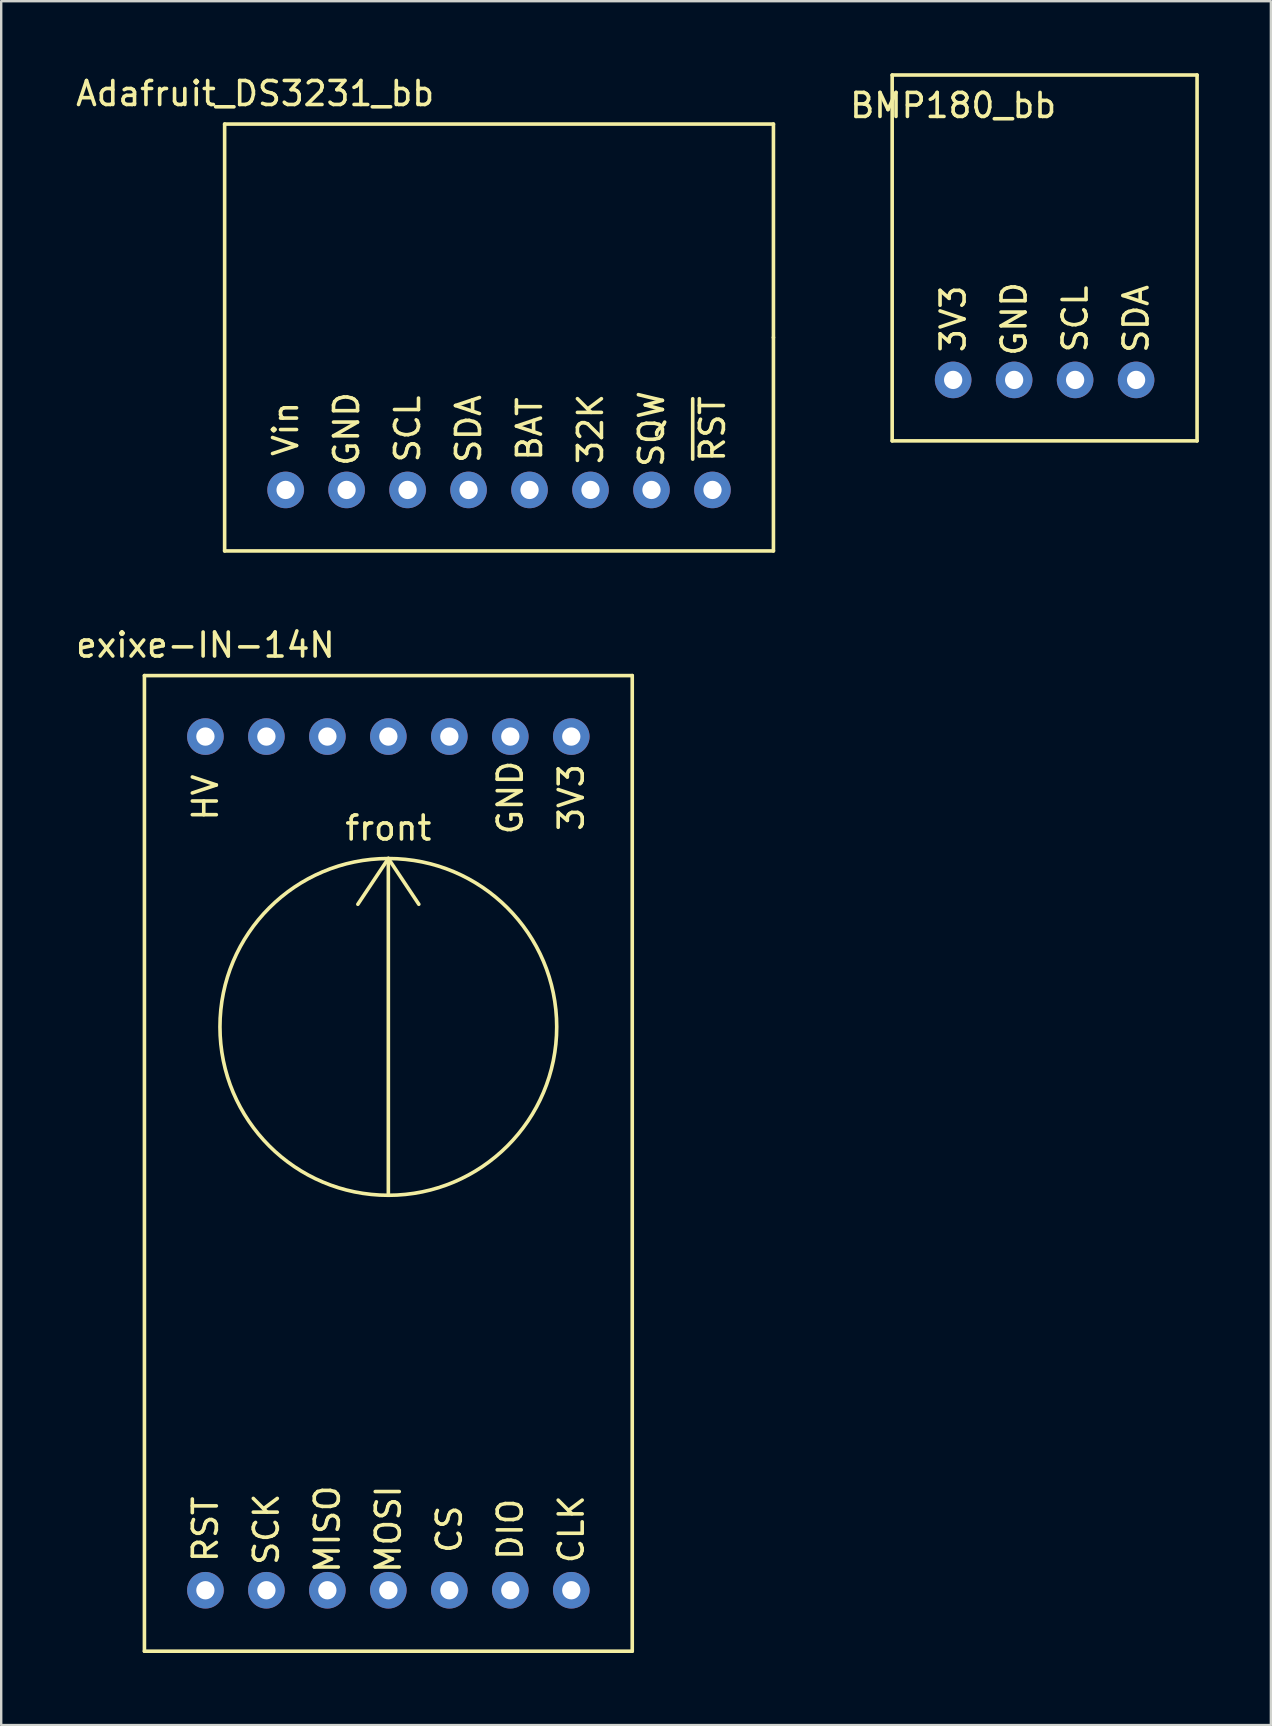
<source format=kicad_pcb>
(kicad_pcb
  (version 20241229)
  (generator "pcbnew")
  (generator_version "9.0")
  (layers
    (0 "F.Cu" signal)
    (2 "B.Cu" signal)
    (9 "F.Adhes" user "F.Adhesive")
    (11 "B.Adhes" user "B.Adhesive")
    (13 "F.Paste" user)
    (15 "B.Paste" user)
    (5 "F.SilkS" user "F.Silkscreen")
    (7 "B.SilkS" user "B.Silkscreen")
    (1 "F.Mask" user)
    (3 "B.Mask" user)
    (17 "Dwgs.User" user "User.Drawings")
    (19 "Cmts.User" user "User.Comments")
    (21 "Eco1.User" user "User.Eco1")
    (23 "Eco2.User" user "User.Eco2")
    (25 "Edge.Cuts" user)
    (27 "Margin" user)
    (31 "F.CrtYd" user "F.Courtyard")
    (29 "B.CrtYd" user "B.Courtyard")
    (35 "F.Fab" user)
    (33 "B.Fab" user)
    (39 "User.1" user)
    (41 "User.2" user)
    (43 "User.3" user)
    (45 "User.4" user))
  (footprint "BMP180_bb"
    (layer "F.Cu")
    (at 40.463 7.695)
    (property "Reference" "BMP180_bb" (at -3.81 -6.35 0) (layer "F.SilkS") (effects (font (size 1 1) (thickness 0.15))))
    (attr through_hole)
    (fp_line (start -6.35 -7.62) (end -6.35 7.62) (stroke (width 0.15) (type solid)) (layer "F.SilkS"))
    (fp_line (start -6.35 7.62) (end 6.35 7.62) (stroke (width 0.15) (type solid)) (layer "F.SilkS"))
    (fp_line (start 6.35 -7.62) (end -6.35 -7.62) (stroke (width 0.15) (type solid)) (layer "F.SilkS"))
    (fp_line (start 6.35 7.62) (end 6.35 -7.62) (stroke (width 0.15) (type solid)) (layer "F.SilkS"))
    (fp_text user "SCL" (at 1.27 2.54 90) (layer "F.SilkS") (effects (font (size 1 1) (thickness 0.15))))
    (fp_text user "3V3" (at -3.81 2.54 90) (layer "F.SilkS") (effects (font (size 1 1) (thickness 0.15))))
    (fp_text user "SDA" (at 3.81 2.54 90) (layer "F.SilkS") (effects (font (size 1 1) (thickness 0.15))))
    (fp_text user "GND" (at -1.27 2.54 90) (layer "F.SilkS") (effects (font (size 1 1) (thickness 0.15))))
    (pad "1" thru_hole circle (at -3.81 5.08) (size 1.524 1.524) (drill 0.762) (layers "*.Cu" "*.Mask"))
    (pad "2" thru_hole circle (at -1.27 5.08) (size 1.524 1.524) (drill 0.762) (layers "*.Cu" "*.Mask"))
    (pad "3" thru_hole circle (at 1.27 5.08) (size 1.524 1.524) (drill 0.762) (layers "*.Cu" "*.Mask"))
    (pad "4" thru_hole circle (at 3.81 5.08) (size 1.524 1.524) (drill 0.762) (layers "*.Cu" "*.Mask")))
  (footprint "exixe-IN-14N"
    (layer "F.Cu")
    (at 13.126 45.411)
    (property "Reference" "exixe-IN-14N" (at -7.62 -21.59 0) (layer "F.SilkS") (effects (font (size 1 1) (thickness 0.15))))
    (attr through_hole)
    (fp_line (start -10.16 -20.32) (end 10.16 -20.32) (stroke (width 0.15) (type solid)) (layer "F.SilkS"))
    (fp_line (start -10.16 20.32) (end -10.16 -20.32) (stroke (width 0.15) (type solid)) (layer "F.SilkS"))
    (fp_line (start 0 -12.7) (end -1.27 -10.795) (stroke (width 0.15) (type solid)) (layer "F.SilkS"))
    (fp_line (start 0 -12.7) (end 0 1.27) (stroke (width 0.15) (type solid)) (layer "F.SilkS"))
    (fp_line (start 0 -12.7) (end 1.27 -10.795) (stroke (width 0.15) (type solid)) (layer "F.SilkS"))
    (fp_line (start 10.16 -20.32) (end 10.16 20.32) (stroke (width 0.15) (type solid)) (layer "F.SilkS"))
    (fp_line (start 10.16 20.32) (end -10.16 20.32) (stroke (width 0.15) (type solid)) (layer "F.SilkS"))
    (fp_circle (center 0 -5.686) (end 0.635 -12.671) (stroke (width 0.15) (type solid)) (fill no) (layer "F.SilkS"))
    (fp_text user "GND" (at 5.08 -15.24 90) (layer "F.SilkS") (effects (font (size 1 1) (thickness 0.15))))
    (fp_text user "front" (at 0 -13.97 0) (layer "F.SilkS") (effects (font (size 1 1) (thickness 0.15))))
    (fp_text user "DIO" (at 5.08 15.24 90) (layer "F.SilkS") (effects (font (size 1 1) (thickness 0.15))))
    (fp_text user "MISO" (at -2.54 15.24 90) (layer "F.SilkS") (effects (font (size 1 1) (thickness 0.15))))
    (fp_text user "RST" (at -7.62 15.24 90) (layer "F.SilkS") (effects (font (size 1 1) (thickness 0.15))))
    (fp_text user "CS" (at 2.54 15.24 90) (layer "F.SilkS") (effects (font (size 1 1) (thickness 0.15))))
    (fp_text user "SCK" (at -5.08 15.24 90) (layer "F.SilkS") (effects (font (size 1 1) (thickness 0.15))))
    (fp_text user "MOSI" (at 0 15.24 90) (layer "F.SilkS") (effects (font (size 1 1) (thickness 0.15))))
    (fp_text user "CLK" (at 7.62 15.24 90) (layer "F.SilkS") (effects (font (size 1 1) (thickness 0.15))))
    (fp_text user "3V3" (at 7.62 -15.24 90) (layer "F.SilkS") (effects (font (size 1 1) (thickness 0.15))))
    (fp_text user "HV" (at -7.62 -15.24 90) (layer "F.SilkS") (effects (font (size 1 1) (thickness 0.15))))
    (pad "1" thru_hole circle (at -7.62 17.78) (size 1.524 1.524) (drill 0.762) (layers "*.Cu" "*.Mask"))
    (pad "2" thru_hole circle (at -5.08 17.78) (size 1.524 1.524) (drill 0.762) (layers "*.Cu" "*.Mask"))
    (pad "3" thru_hole circle (at -2.54 17.78) (size 1.524 1.524) (drill 0.762) (layers "*.Cu" "*.Mask"))
    (pad "4" thru_hole circle (at 0 17.78) (size 1.524 1.524) (drill 0.762) (layers "*.Cu" "*.Mask"))
    (pad "5" thru_hole circle (at 2.54 17.78) (size 1.524 1.524) (drill 0.762) (layers "*.Cu" "*.Mask"))
    (pad "6" thru_hole circle (at 5.08 17.78) (size 1.524 1.524) (drill 0.762) (layers "*.Cu" "*.Mask"))
    (pad "7" thru_hole circle (at 7.62 17.78) (size 1.524 1.524) (drill 0.762) (layers "*.Cu" "*.Mask"))
    (pad "8" thru_hole circle (at 7.62 -17.78) (size 1.524 1.524) (drill 0.762) (layers "*.Cu" "*.Mask"))
    (pad "9" thru_hole circle (at 5.08 -17.78) (size 1.524 1.524) (drill 0.762) (layers "*.Cu" "*.Mask"))
    (pad "10" thru_hole circle (at -7.62 -17.78) (size 1.524 1.524) (drill 0.762) (layers "*.Cu" "*.Mask"))
    (pad "~" thru_hole circle (at -5.08 -17.78) (size 1.524 1.524) (drill 0.762) (layers "*.Cu" "*.Mask"))
    (pad "~" thru_hole circle (at -2.54 -17.78) (size 1.524 1.524) (drill 0.762) (layers "*.Cu" "*.Mask"))
    (pad "~" thru_hole circle (at 0 -17.78) (size 1.524 1.524) (drill 0.762) (layers "*.Cu" "*.Mask"))
    (pad "~" thru_hole circle (at 2.54 -17.78) (size 1.524 1.524) (drill 0.762) (layers "*.Cu" "*.Mask")))
  (footprint "Adafruit_DS3231_bb"
    (layer "F.Cu")
    (at 17.737 11.008)
    (property "Reference" "Adafruit_DS3231_bb" (at -10.16 -10.16 0) (layer "F.SilkS") (effects (font (size 1 1) (thickness 0.15))))
    (attr through_hole)
    (fp_line (start -11.43 -8.89) (end -11.43 8.89) (stroke (width 0.15) (type solid)) (layer "F.SilkS"))
    (fp_line (start -11.43 8.89) (end 11.43 8.89) (stroke (width 0.15) (type solid)) (layer "F.SilkS"))
    (fp_line (start 11.43 -8.89) (end -11.43 -8.89) (stroke (width 0.15) (type solid)) (layer "F.SilkS"))
    (fp_line (start 11.43 0) (end 11.43 -8.89) (stroke (width 0.15) (type solid)) (layer "F.SilkS"))
    (fp_line (start 11.43 8.89) (end 11.43 0) (stroke (width 0.15) (type solid)) (layer "F.SilkS"))
    (fp_text user "GND" (at -6.35 3.81 90) (layer "F.SilkS") (effects (font (size 1 1) (thickness 0.15))))
    (fp_text user "~{RST}" (at 8.89 3.81 90) (layer "F.SilkS") (effects (font (size 1 1) (thickness 0.15))))
    (fp_text user "SDA" (at -1.27 3.81 90) (layer "F.SilkS") (effects (font (size 1 1) (thickness 0.15))))
    (fp_text user "Vin" (at -8.89 3.81 90) (layer "F.SilkS") (effects (font (size 1 1) (thickness 0.15))))
    (fp_text user "SCL" (at -3.81 3.81 90) (layer "F.SilkS") (effects (font (size 1 1) (thickness 0.15))))
    (fp_text user "SQW" (at 6.35 3.81 90) (layer "F.SilkS") (effects (font (size 1 1) (thickness 0.15))))
    (fp_text user "BAT" (at 1.27 3.81 90) (layer "F.SilkS") (effects (font (size 1 1) (thickness 0.15))))
    (fp_text user "32K" (at 3.81 3.81 90) (layer "F.SilkS") (effects (font (size 1 1) (thickness 0.15))))
    (pad "1" thru_hole circle (at -8.89 6.35) (size 1.524 1.524) (drill 0.762) (layers "*.Cu" "*.Mask"))
    (pad "2" thru_hole circle (at -6.35 6.35) (size 1.524 1.524) (drill 0.762) (layers "*.Cu" "*.Mask"))
    (pad "3" thru_hole circle (at -3.81 6.35) (size 1.524 1.524) (drill 0.762) (layers "*.Cu" "*.Mask"))
    (pad "4" thru_hole circle (at -1.27 6.35) (size 1.524 1.524) (drill 0.762) (layers "*.Cu" "*.Mask"))
    (pad "5" thru_hole circle (at 1.27 6.35) (size 1.524 1.524) (drill 0.762) (layers "*.Cu" "*.Mask"))
    (pad "6" thru_hole circle (at 3.81 6.35) (size 1.524 1.524) (drill 0.762) (layers "*.Cu" "*.Mask"))
    (pad "7" thru_hole circle (at 6.35 6.35) (size 1.524 1.524) (drill 0.762) (layers "*.Cu" "*.Mask"))
    (pad "8" thru_hole circle (at 8.89 6.35) (size 1.524 1.524) (drill 0.762) (layers "*.Cu" "*.Mask")))
  (gr_rect
    (start -3 -3)
    (end 49.888 68.806)
    (stroke (width 0.1) (type default))
    (fill no)
    (layer "Edge.Cuts")))
</source>
